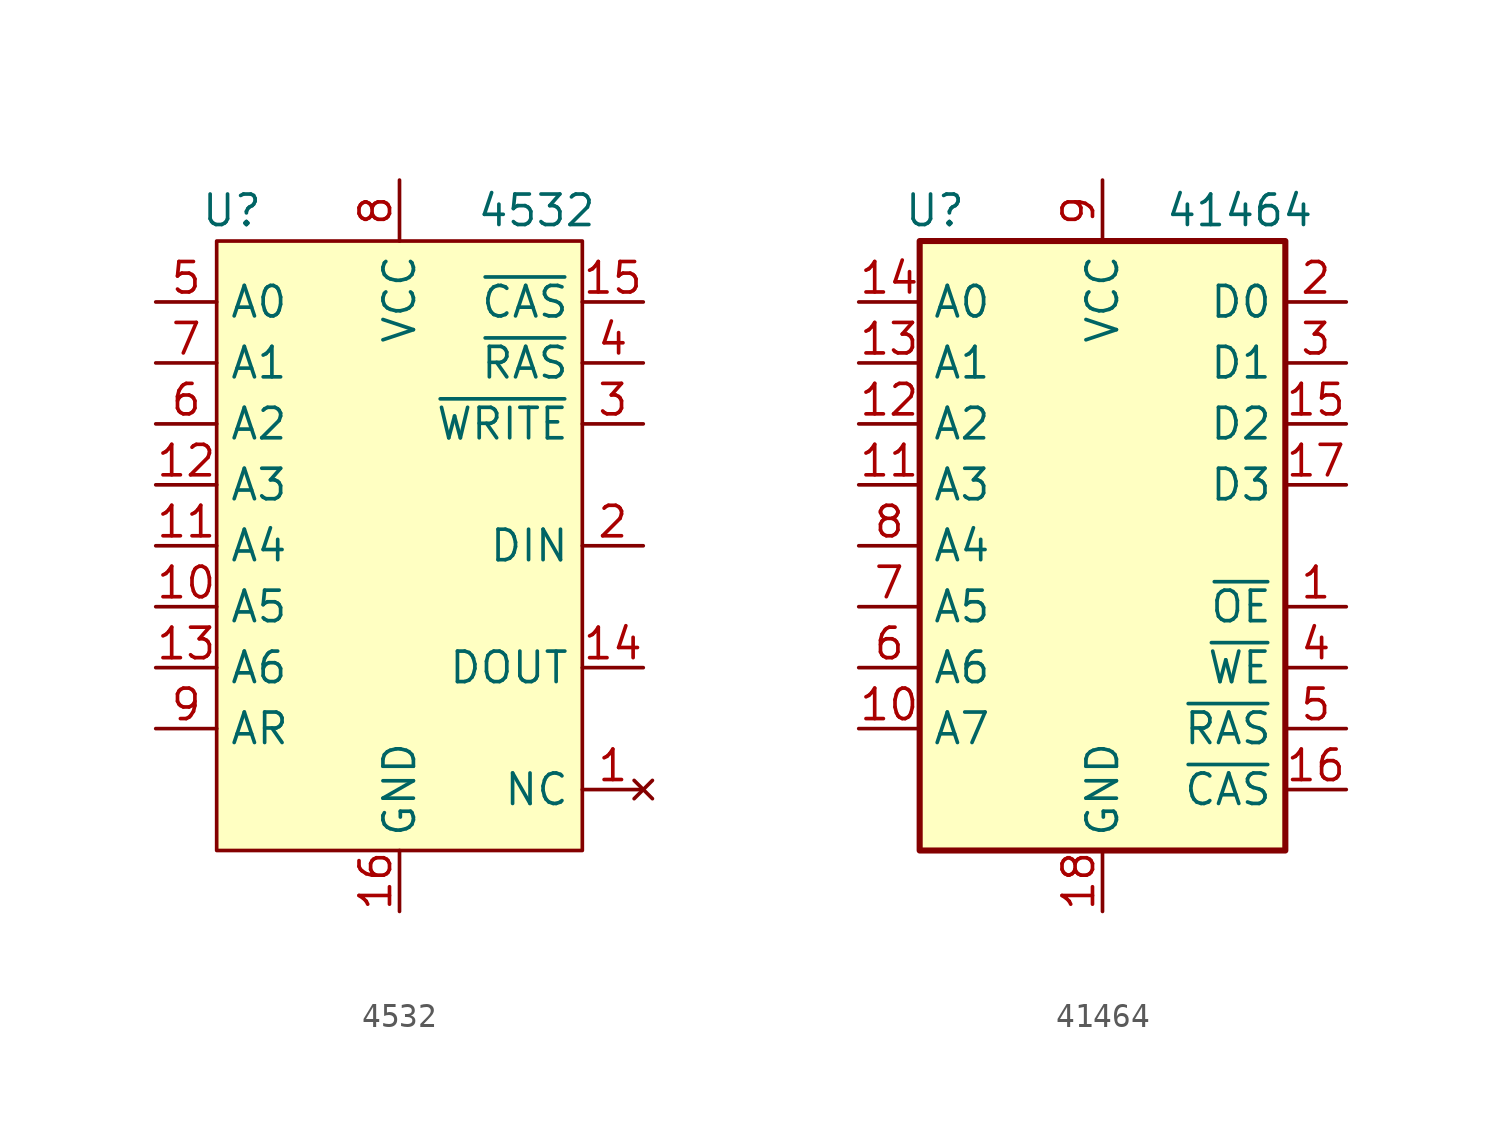
<source format=kicad_sym>
(kicad_symbol_lib
  (version 20220914)
  (generator kicad_symbol_editor)
  (symbol "4532"
    (property "Reference" "U"
      (at -6.985 13.97 0)
      (effects (font (size 1.27 1.27))))
    (property "Value" "4532"
      (at 5.715 13.97 0)
      (effects (font (size 1.27 1.27))))
    (symbol "4532_0_1"
      (rectangle (start -7.62 12.7) (end 7.62 -12.7) (stroke (width 0) (type solid)) (fill (type background))))
    (symbol "4532_1_1"
      (pin no_connect line (at 10.16 -10.16 180) (length 2.54) (name "NC" (effects (font (size 1.27 1.27)))) (number "1" (effects (font (size 1.27 1.27)))))
      (pin input line (at -10.16 -2.54 0) (length 2.54) (name "A5" (effects (font (size 1.27 1.27)))) (number "10" (effects (font (size 1.27 1.27)))))
      (pin input line (at -10.16 0 0) (length 2.54) (name "A4" (effects (font (size 1.27 1.27)))) (number "11" (effects (font (size 1.27 1.27)))))
      (pin input line (at -10.16 2.54 0) (length 2.54) (name "A3" (effects (font (size 1.27 1.27)))) (number "12" (effects (font (size 1.27 1.27)))))
      (pin input line (at -10.16 -5.08 0) (length 2.54) (name "A6" (effects (font (size 1.27 1.27)))) (number "13" (effects (font (size 1.27 1.27)))))
      (pin output line (at 10.16 -5.08 180) (length 2.54) (name "DOUT" (effects (font (size 1.27 1.27)))) (number "14" (effects (font (size 1.27 1.27)))))
      (pin input line (at 10.16 10.16 180) (length 2.54) (name "~{CAS}" (effects (font (size 1.27 1.27)))) (number "15" (effects (font (size 1.27 1.27)))))
      (pin power_in line (at 0 -15.24 90) (length 2.54) (name "GND" (effects (font (size 1.27 1.27)))) (number "16" (effects (font (size 1.27 1.27)))))
      (pin input line (at 10.16 0 180) (length 2.54) (name "DIN" (effects (font (size 1.27 1.27)))) (number "2" (effects (font (size 1.27 1.27)))))
      (pin input line (at 10.16 5.08 180) (length 2.54) (name "~{WRITE}" (effects (font (size 1.27 1.27)))) (number "3" (effects (font (size 1.27 1.27)))))
      (pin input line (at 10.16 7.62 180) (length 2.54) (name "~{RAS}" (effects (font (size 1.27 1.27)))) (number "4" (effects (font (size 1.27 1.27)))))
      (pin input line (at -10.16 10.16 0) (length 2.54) (name "A0" (effects (font (size 1.27 1.27)))) (number "5" (effects (font (size 1.27 1.27)))))
      (pin input line (at -10.16 5.08 0) (length 2.54) (name "A2" (effects (font (size 1.27 1.27)))) (number "6" (effects (font (size 1.27 1.27)))))
      (pin input line (at -10.16 7.62 0) (length 2.54) (name "A1" (effects (font (size 1.27 1.27)))) (number "7" (effects (font (size 1.27 1.27)))))
      (pin power_in line (at 0 15.24 270) (length 2.54) (name "VCC" (effects (font (size 1.27 1.27)))) (number "8" (effects (font (size 1.27 1.27)))))
      (pin input line (at -10.16 -7.62 0) (length 2.54) (name "AR" (effects (font (size 1.27 1.27)))) (number "9" (effects (font (size 1.27 1.27)))))))
  (symbol "41464"
    (property "Reference" "U"
      (at -6.985 13.97 0)
      (effects (font (size 1.27 1.27))))
    (property "Value" "41464"
      (at 5.715 13.97 0)
      (effects (font (size 1.27 1.27))))
    (symbol "41464_0_1"
      (rectangle (start 7.62 12.7) (end -7.62 -12.7) (stroke (width 0.254) (type solid)) (fill (type background))))
    (symbol "41464_1_1"
      (pin input line (at 10.16 -2.54 180) (length 2.54) (name "~{OE}" (effects (font (size 1.27 1.27)))) (number "1" (effects (font (size 1.27 1.27)))))
      (pin input line (at -10.16 -7.62 0) (length 2.54) (name "A7" (effects (font (size 1.27 1.27)))) (number "10" (effects (font (size 1.27 1.27)))))
      (pin input line (at -10.16 2.54 0) (length 2.54) (name "A3" (effects (font (size 1.27 1.27)))) (number "11" (effects (font (size 1.27 1.27)))))
      (pin input line (at -10.16 5.08 0) (length 2.54) (name "A2" (effects (font (size 1.27 1.27)))) (number "12" (effects (font (size 1.27 1.27)))))
      (pin input line (at -10.16 7.62 0) (length 2.54) (name "A1" (effects (font (size 1.27 1.27)))) (number "13" (effects (font (size 1.27 1.27)))))
      (pin input line (at -10.16 10.16 0) (length 2.54) (name "A0" (effects (font (size 1.27 1.27)))) (number "14" (effects (font (size 1.27 1.27)))))
      (pin bidirectional line (at 10.16 5.08 180) (length 2.54) (name "D2" (effects (font (size 1.27 1.27)))) (number "15" (effects (font (size 1.27 1.27)))))
      (pin input line (at 10.16 -10.16 180) (length 2.54) (name "~{CAS}" (effects (font (size 1.27 1.27)))) (number "16" (effects (font (size 1.27 1.27)))))
      (pin bidirectional line (at 10.16 2.54 180) (length 2.54) (name "D3" (effects (font (size 1.27 1.27)))) (number "17" (effects (font (size 1.27 1.27)))))
      (pin power_in line (at 0 -15.24 90) (length 2.54) (name "GND" (effects (font (size 1.27 1.27)))) (number "18" (effects (font (size 1.27 1.27)))))
      (pin bidirectional line (at 10.16 10.16 180) (length 2.54) (name "D0" (effects (font (size 1.27 1.27)))) (number "2" (effects (font (size 1.27 1.27)))))
      (pin bidirectional line (at 10.16 7.62 180) (length 2.54) (name "D1" (effects (font (size 1.27 1.27)))) (number "3" (effects (font (size 1.27 1.27)))))
      (pin input line (at 10.16 -5.08 180) (length 2.54) (name "~{WE}" (effects (font (size 1.27 1.27)))) (number "4" (effects (font (size 1.27 1.27)))))
      (pin input line (at 10.16 -7.62 180) (length 2.54) (name "~{RAS}" (effects (font (size 1.27 1.27)))) (number "5" (effects (font (size 1.27 1.27)))))
      (pin input line (at -10.16 -5.08 0) (length 2.54) (name "A6" (effects (font (size 1.27 1.27)))) (number "6" (effects (font (size 1.27 1.27)))))
      (pin input line (at -10.16 -2.54 0) (length 2.54) (name "A5" (effects (font (size 1.27 1.27)))) (number "7" (effects (font (size 1.27 1.27)))))
      (pin input line (at -10.16 0 0) (length 2.54) (name "A4" (effects (font (size 1.27 1.27)))) (number "8" (effects (font (size 1.27 1.27)))))
      (pin power_in line (at 0 15.24 270) (length 2.54) (name "VCC" (effects (font (size 1.27 1.27)))) (number "9" (effects (font (size 1.27 1.27))))))))
</source>
